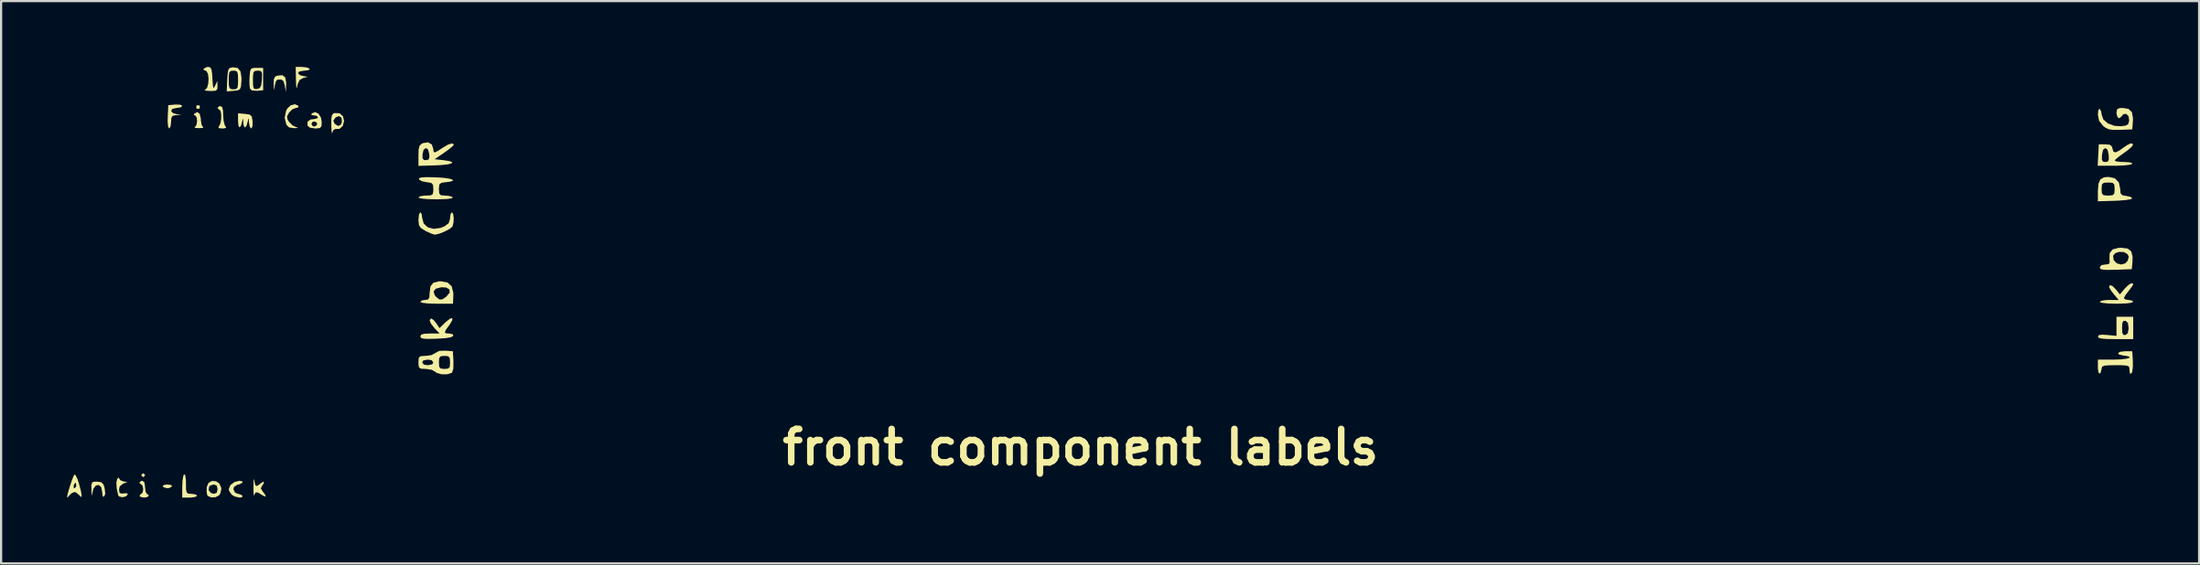
<source format=kicad_pcb>
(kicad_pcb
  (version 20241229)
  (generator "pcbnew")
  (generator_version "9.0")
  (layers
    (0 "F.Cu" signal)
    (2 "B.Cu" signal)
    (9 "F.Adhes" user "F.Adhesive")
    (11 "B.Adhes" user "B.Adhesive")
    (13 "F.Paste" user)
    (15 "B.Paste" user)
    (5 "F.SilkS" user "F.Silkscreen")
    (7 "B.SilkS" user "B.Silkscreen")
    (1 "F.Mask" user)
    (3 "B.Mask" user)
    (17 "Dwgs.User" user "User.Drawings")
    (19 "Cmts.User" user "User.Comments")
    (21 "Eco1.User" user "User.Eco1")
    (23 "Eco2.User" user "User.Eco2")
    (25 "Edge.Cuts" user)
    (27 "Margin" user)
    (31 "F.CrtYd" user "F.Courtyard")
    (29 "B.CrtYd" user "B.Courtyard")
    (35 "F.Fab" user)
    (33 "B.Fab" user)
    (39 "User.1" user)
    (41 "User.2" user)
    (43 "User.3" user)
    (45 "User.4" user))
  (footprint "front component labels"
    (layer "F.Cu")
    (at 46.141 17.33)
    (property "Reference" "front component labels" (at 0 0 0) (layer "F.SilkS") (effects (font (size 1.524 1.524) (thickness 0.3))))
    (attr board_only exclude_from_pos_files exclude_from_bom)
    (fp_poly (pts (xy -42.59 1.254) (xy -42.587 1.274) (xy -42.652 1.357) (xy -42.672 1.359) (xy -42.754 1.295) (xy -42.757 1.274) (xy -42.692 1.192) (xy -42.672 1.189)) (stroke (width 0) (type solid)) (fill yes) (layer "F.SilkS"))
    (fp_poly (pts (xy -40.113 -15.575) (xy -40.094 -15.553) (xy -40.103 -15.442) (xy -40.125 -15.423) (xy -40.235 -15.431) (xy -40.255 -15.454) (xy -40.246 -15.565) (xy -40.224 -15.584)) (stroke (width 0) (type solid)) (fill yes) (layer "F.SilkS"))
    (fp_poly (pts (xy -41.399 1.722) (xy -41.357 1.78) (xy -41.36 1.784) (xy -41.479 1.856) (xy -41.571 1.869) (xy -41.731 1.829) (xy -41.783 1.784) (xy -41.75 1.724) (xy -41.584 1.699) (xy -41.571 1.699)) (stroke (width 0) (type solid)) (fill yes) (layer "F.SilkS"))
    (fp_poly (pts (xy -40.759 1.276) (xy -40.73 1.469) (xy -40.725 1.652) (xy -40.721 1.92) (xy -40.693 2.061) (xy -40.62 2.115) (xy -40.479 2.124) (xy -40.471 2.124) (xy -40.292 2.148) (xy -40.217 2.208) (xy -40.217 2.209) (xy -40.292 2.262) (xy -40.479 2.291) (xy -40.555 2.294) (xy -40.894 2.294) (xy -40.894 1.789) (xy -40.881 1.511) (xy -40.846 1.306) (xy -40.809 1.232)) (stroke (width 0) (type solid)) (fill yes) (layer "F.SilkS"))
    (fp_poly (pts (xy -38.154 1.556) (xy -38.158 1.618) (xy -38.285 1.686) (xy -38.396 1.713) (xy -38.54 1.811) (xy -38.566 1.911) (xy -38.493 2.066) (xy -38.396 2.11) (xy -38.212 2.167) (xy -38.14 2.236) (xy -38.198 2.285) (xy -38.289 2.294) (xy -38.51 2.244) (xy -38.644 2.16) (xy -38.752 2.004) (xy -38.777 1.911) (xy -38.703 1.727) (xy -38.518 1.585) (xy -38.289 1.529)) (stroke (width 0) (type solid)) (fill yes) (layer "F.SilkS"))
    (fp_poly (pts (xy -36.207 -16.854) (xy -36.163 -16.618) (xy -36.164 -16.535) (xy -36.175 -16.183) (xy -36.227 -16.48) (xy -36.286 -16.685) (xy -36.395 -16.759) (xy -36.571 -16.748) (xy -36.634 -16.664) (xy -36.682 -16.478) (xy -36.684 -16.459) (xy -36.706 -16.306) (xy -36.719 -16.304) (xy -36.729 -16.46) (xy -36.732 -16.534) (xy -36.725 -16.768) (xy -36.669 -16.885) (xy -36.568 -16.932) (xy -36.336 -16.953)) (stroke (width 0) (type solid)) (fill yes) (layer "F.SilkS"))
    (fp_poly (pts (xy -43.774 1.417) (xy -43.701 1.51) (xy -43.582 1.555) (xy -43.392 1.592) (xy -43.582 1.656) (xy -43.74 1.779) (xy -43.773 1.931) (xy -43.748 2.083) (xy -43.639 2.115) (xy -43.558 2.102) (xy -43.4 2.099) (xy -43.374 2.156) (xy -43.472 2.247) (xy -43.634 2.278) (xy -43.773 2.24) (xy -43.808 2.193) (xy -43.878 1.879) (xy -43.893 1.605) (xy -43.853 1.44) (xy -43.788 1.377)) (stroke (width 0) (type solid)) (fill yes) (layer "F.SilkS"))
    (fp_poly (pts (xy -40.097 -15.184) (xy -40.049 -14.97) (xy -40.047 -14.911) (xy -40.019 -14.705) (xy -39.95 -14.587) (xy -39.941 -14.583) (xy -39.943 -14.555) (xy -40.079 -14.541) (xy -40.132 -14.54) (xy -40.297 -14.55) (xy -40.337 -14.575) (xy -40.322 -14.583) (xy -40.248 -14.682) (xy -40.219 -14.853) (xy -40.236 -15.022) (xy -40.299 -15.117) (xy -40.318 -15.121) (xy -40.375 -15.15) (xy -40.326 -15.216) (xy -40.196 -15.274)) (stroke (width 0) (type solid)) (fill yes) (layer "F.SilkS"))
    (fp_poly (pts (xy -44.582 1.594) (xy -44.481 1.699) (xy -44.429 1.859) (xy -44.398 2.119) (xy -44.445 2.237) (xy -44.509 2.251) (xy -44.534 2.113) (xy -44.535 2.061) (xy -44.581 1.825) (xy -44.693 1.719) (xy -44.827 1.743) (xy -44.94 1.897) (xy -44.982 2.067) (xy -45.003 2.195) (xy -45.017 2.168) (xy -45.028 1.981) (xy -45.029 1.951) (xy -45.031 1.715) (xy -44.995 1.603) (xy -44.89 1.57) (xy -44.773 1.569)) (stroke (width 0) (type solid)) (fill yes) (layer "F.SilkS"))
    (fp_poly (pts (xy -39.077 -15.499) (xy -39.038 -15.337) (xy -39.031 -15.138) (xy -39.011 -14.876) (xy -38.961 -14.679) (xy -38.93 -14.628) (xy -38.892 -14.556) (xy -38.993 -14.528) (xy -39.074 -14.526) (xy -39.234 -14.541) (xy -39.247 -14.594) (xy -39.218 -14.628) (xy -39.155 -14.762) (xy -39.122 -14.966) (xy -39.122 -15.178) (xy -39.154 -15.334) (xy -39.201 -15.376) (xy -39.283 -15.441) (xy -39.285 -15.461) (xy -39.217 -15.536) (xy -39.158 -15.546)) (stroke (width 0) (type solid)) (fill yes) (layer "F.SilkS"))
    (fp_poly (pts (xy -35.614 -15.562) (xy -35.602 -15.546) (xy -35.628 -15.479) (xy -35.722 -15.461) (xy -35.891 -15.394) (xy -36.033 -15.248) (xy -36.123 -15.081) (xy -36.108 -14.95) (xy -36.037 -14.83) (xy -35.873 -14.664) (xy -35.71 -14.587) (xy -35.618 -14.56) (xy -35.685 -14.544) (xy -35.79 -14.538) (xy -36.031 -14.574) (xy -36.15 -14.691) (xy -36.233 -15.014) (xy -36.165 -15.339) (xy -36.106 -15.442) (xy -35.942 -15.585) (xy -35.757 -15.629)) (stroke (width 0) (type solid)) (fill yes) (layer "F.SilkS"))
    (fp_poly (pts (xy -35.227 -17.307) (xy -35.1 -17.252) (xy -35.094 -17.245) (xy -35.131 -17.187) (xy -35.304 -17.161) (xy -35.35 -17.16) (xy -35.562 -17.125) (xy -35.627 -17.046) (xy -35.542 -16.959) (xy -35.384 -16.913) (xy -35.179 -16.879) (xy -35.391 -16.825) (xy -35.556 -16.732) (xy -35.644 -16.532) (xy -35.655 -16.477) (xy -35.683 -16.361) (xy -35.701 -16.391) (xy -35.714 -16.577) (xy -35.718 -16.756) (xy -35.729 -17.33) (xy -35.438 -17.33)) (stroke (width 0) (type solid)) (fill yes) (layer "F.SilkS"))
    (fp_poly (pts (xy -42.62 1.594) (xy -42.588 1.799) (xy -42.587 1.826) (xy -42.566 2.023) (xy -42.514 2.121) (xy -42.503 2.124) (xy -42.42 2.188) (xy -42.418 2.209) (xy -42.49 2.273) (xy -42.63 2.294) (xy -42.789 2.265) (xy -42.841 2.209) (xy -42.777 2.126) (xy -42.757 2.124) (xy -42.693 2.051) (xy -42.672 1.911) (xy -42.701 1.752) (xy -42.757 1.699) (xy -42.839 1.634) (xy -42.841 1.614) (xy -42.773 1.539) (xy -42.714 1.529)) (stroke (width 0) (type solid)) (fill yes) (layer "F.SilkS"))
    (fp_poly (pts (xy -40.999 -15.611) (xy -40.897 -15.564) (xy -40.894 -15.551) (xy -40.968 -15.488) (xy -41.145 -15.461) (xy -41.148 -15.461) (xy -41.345 -15.419) (xy -41.402 -15.324) (xy -41.316 -15.226) (xy -41.169 -15.182) (xy -40.936 -15.147) (xy -41.169 -15.134) (xy -41.327 -15.105) (xy -41.391 -15.006) (xy -41.402 -14.824) (xy -41.424 -14.627) (xy -41.479 -14.529) (xy -41.491 -14.526) (xy -41.539 -14.607) (xy -41.559 -14.832) (xy -41.554 -15.057) (xy -41.529 -15.588) (xy -41.212 -15.615)) (stroke (width 0) (type solid)) (fill yes) (layer "F.SilkS"))
    (fp_poly (pts (xy -39.356 1.552) (xy -39.199 1.661) (xy -39.119 1.857) (xy -39.116 1.905) (xy -39.16 2.102) (xy -39.218 2.192) (xy -39.384 2.277) (xy -39.581 2.284) (xy -39.732 2.217) (xy -39.76 2.173) (xy -39.785 2.003) (xy -39.783 1.954) (xy -39.692 1.954) (xy -39.59 2.086) (xy -39.457 2.124) (xy -39.323 2.075) (xy -39.285 1.911) (xy -39.326 1.744) (xy -39.45 1.699) (xy -39.613 1.74) (xy -39.669 1.788) (xy -39.692 1.954) (xy -39.783 1.954) (xy -39.778 1.812) (xy -39.696 1.621) (xy -39.538 1.537)) (stroke (width 0) (type solid)) (fill yes) (layer "F.SilkS"))
    (fp_poly (pts (xy -38.036 -15.19) (xy -37.827 -15.159) (xy -37.732 -15.077) (xy -37.696 -14.888) (xy -37.693 -14.845) (xy -37.696 -14.632) (xy -37.743 -14.53) (xy -37.756 -14.526) (xy -37.82 -14.601) (xy -37.856 -14.782) (xy -37.858 -14.803) (xy -37.868 -14.968) (xy -37.885 -14.972) (xy -37.907 -14.866) (xy -37.969 -14.649) (xy -38.038 -14.57) (xy -38.093 -14.64) (xy -38.112 -14.786) (xy -38.123 -14.954) (xy -38.14 -14.962) (xy -38.161 -14.866) (xy -38.224 -14.641) (xy -38.29 -14.574) (xy -38.339 -14.666) (xy -38.354 -14.854) (xy -38.354 -15.216)) (stroke (width 0) (type solid)) (fill yes) (layer "F.SilkS"))
    (fp_poly (pts (xy -37.618 1.491) (xy -37.615 1.508) (xy -37.575 1.717) (xy -37.503 1.77) (xy -37.369 1.684) (xy -37.324 1.643) (xy -37.203 1.571) (xy -37.17 1.615) (xy -37.241 1.736) (xy -37.268 1.765) (xy -37.317 1.876) (xy -37.23 2.018) (xy -37.226 2.022) (xy -37.105 2.183) (xy -37.103 2.251) (xy -37.216 2.208) (xy -37.272 2.171) (xy -37.459 2.059) (xy -37.562 2.065) (xy -37.618 2.187) (xy -37.637 2.188) (xy -37.65 2.048) (xy -37.653 1.799) (xy -37.653 1.784) (xy -37.647 1.551) (xy -37.634 1.447)) (stroke (width 0) (type solid)) (fill yes) (layer "F.SilkS"))
    (fp_poly (pts (xy -39.618 -17.307) (xy -39.564 -17.212) (xy -39.534 -17.009) (xy -39.521 -16.799) (xy -39.503 -16.519) (xy -39.482 -16.387) (xy -39.448 -16.383) (xy -39.395 -16.48) (xy -39.296 -16.693) (xy -39.291 -16.459) (xy -39.3 -16.313) (xy -39.37 -16.247) (xy -39.544 -16.233) (xy -39.645 -16.235) (xy -39.829 -16.249) (xy -39.885 -16.271) (xy -39.857 -16.284) (xy -39.764 -16.38) (xy -39.71 -16.572) (xy -39.696 -16.802) (xy -39.723 -17.011) (xy -39.792 -17.142) (xy -39.841 -17.16) (xy -39.928 -17.201) (xy -39.92 -17.245) (xy -39.801 -17.317) (xy -39.708 -17.33)) (stroke (width 0) (type solid)) (fill yes) (layer "F.SilkS"))
    (fp_poly (pts (xy 47.921 -4.927) (xy 47.117 -4.927) (xy 46.724 -4.933) (xy 46.476 -4.952) (xy 46.347 -4.989) (xy 46.313 -5.042) (xy 46.358 -5.11) (xy 46.513 -5.13) (xy 46.736 -5.116) (xy 47.159 -5.075) (xy 47.159 -5.437) (xy 47.413 -5.437) (xy 47.426 -5.212) (xy 47.475 -5.118) (xy 47.562 -5.113) (xy 47.671 -5.192) (xy 47.709 -5.395) (xy 47.71 -5.437) (xy 47.68 -5.66) (xy 47.583 -5.755) (xy 47.562 -5.76) (xy 47.466 -5.749) (xy 47.423 -5.641) (xy 47.413 -5.437) (xy 47.159 -5.437) (xy 47.159 -5.946) (xy 47.921 -5.946)) (stroke (width 0) (type solid)) (fill yes) (layer "F.SilkS"))
    (fp_poly (pts (xy -33.73 -15.219) (xy -33.574 -15.074) (xy -33.528 -14.865) (xy -33.587 -14.644) (xy -33.734 -14.508) (xy -33.923 -14.5) (xy -33.924 -14.5) (xy -34.013 -14.458) (xy -34.06 -14.34) (xy -34.081 -14.313) (xy -34.098 -14.43) (xy -34.109 -14.665) (xy -34.108 -14.886) (xy -34.015 -14.886) (xy -33.973 -14.766) (xy -33.953 -14.74) (xy -33.801 -14.639) (xy -33.675 -14.696) (xy -33.626 -14.819) (xy -33.641 -15.007) (xy -33.747 -15.09) (xy -33.897 -15.04) (xy -33.923 -15.016) (xy -34.015 -14.886) (xy -34.108 -14.886) (xy -34.108 -14.96) (xy -34.081 -15.127) (xy -34.018 -15.206) (xy -33.963 -15.227)) (stroke (width 0) (type solid)) (fill yes) (layer "F.SilkS"))
    (fp_poly (pts (xy -45.748 1.278) (xy -45.669 1.44) (xy -45.601 1.64) (xy -45.505 2.004) (xy -45.472 2.213) (xy -45.501 2.269) (xy -45.584 2.187) (xy -45.72 2.067) (xy -45.805 2.039) (xy -45.939 2.1) (xy -46.025 2.187) (xy -46.114 2.285) (xy -46.141 2.288) (xy -46.118 2.159) (xy -46.056 1.934) (xy -46.03 1.851) (xy -45.837 1.851) (xy -45.802 1.869) (xy -45.729 1.8) (xy -45.72 1.741) (xy -45.738 1.628) (xy -45.753 1.614) (xy -45.808 1.68) (xy -45.835 1.741) (xy -45.837 1.851) (xy -46.03 1.851) (xy -45.974 1.672) (xy -45.89 1.432) (xy -45.823 1.273) (xy -45.805 1.245)) (stroke (width 0) (type solid)) (fill yes) (layer "F.SilkS"))
    (fp_poly (pts (xy -34.695 -15.2) (xy -34.582 -15.028) (xy -34.544 -14.821) (xy -34.557 -14.624) (xy -34.631 -14.543) (xy -34.817 -14.526) (xy -34.843 -14.526) (xy -35.077 -14.561) (xy -35.189 -14.65) (xy -35.191 -14.725) (xy -35.014 -14.725) (xy -34.95 -14.63) (xy -34.883 -14.611) (xy -34.772 -14.673) (xy -34.759 -14.69) (xy -34.765 -14.791) (xy -34.867 -14.845) (xy -34.969 -14.823) (xy -35.014 -14.725) (xy -35.191 -14.725) (xy -35.194 -14.831) (xy -35.057 -14.934) (xy -34.92 -14.951) (xy -34.763 -14.981) (xy -34.713 -15.036) (xy -34.785 -15.103) (xy -34.9 -15.121) (xy -35.022 -15.143) (xy -34.993 -15.214) (xy -34.845 -15.273)) (stroke (width 0) (type solid)) (fill yes) (layer "F.SilkS"))
    (fp_poly (pts (xy -37.211 -16.268) (xy -37.487 -16.241) (xy -37.72 -16.258) (xy -37.809 -16.337) (xy -37.832 -16.491) (xy -37.836 -16.729) (xy -37.677 -16.729) (xy -37.67 -16.476) (xy -37.638 -16.353) (xy -37.562 -16.319) (xy -37.486 -16.326) (xy -37.367 -16.368) (xy -37.304 -16.48) (xy -37.273 -16.708) (xy -37.27 -16.756) (xy -37.261 -17) (xy -37.289 -17.118) (xy -37.375 -17.157) (xy -37.46 -17.16) (xy -37.588 -17.147) (xy -37.652 -17.079) (xy -37.674 -16.914) (xy -37.677 -16.729) (xy -37.836 -16.729) (xy -37.836 -16.74) (xy -37.83 -16.873) (xy -37.809 -17.12) (xy -37.763 -17.242) (xy -37.658 -17.283) (xy -37.507 -17.287) (xy -37.211 -17.287)) (stroke (width 0) (type solid)) (fill yes) (layer "F.SilkS"))
    (fp_poly (pts (xy -28.598 -5.797) (xy -28.715 -5.596) (xy -28.745 -5.556) (xy -28.897 -5.345) (xy -28.941 -5.233) (xy -28.875 -5.189) (xy -28.737 -5.182) (xy -28.577 -5.148) (xy -28.554 -5.076) (xy -28.658 -5.013) (xy -28.924 -4.969) (xy -29.323 -4.945) (xy -29.683 -4.937) (xy -29.905 -4.947) (xy -30.019 -4.979) (xy -30.056 -5.036) (xy -30.057 -5.051) (xy -30.016 -5.132) (xy -29.871 -5.172) (xy -29.617 -5.182) (xy -29.178 -5.182) (xy -29.406 -5.42) (xy -29.571 -5.628) (xy -29.632 -5.783) (xy -29.58 -5.859) (xy -29.551 -5.862) (xy -29.45 -5.797) (xy -29.326 -5.645) (xy -29.185 -5.428) (xy -28.917 -5.689) (xy -28.714 -5.855) (xy -28.603 -5.887)) (stroke (width 0) (type solid)) (fill yes) (layer "F.SilkS"))
    (fp_poly (pts (xy -28.562 -10.631) (xy -28.537 -10.458) (xy -28.544 -10.252) (xy -28.585 -10.079) (xy -28.6 -10.049) (xy -28.722 -9.949) (xy -28.937 -9.835) (xy -29.176 -9.738) (xy -29.369 -9.689) (xy -29.398 -9.688) (xy -29.537 -9.728) (xy -29.751 -9.823) (xy -29.824 -9.86) (xy -30.028 -9.987) (xy -30.119 -10.121) (xy -30.141 -10.335) (xy -30.141 -10.366) (xy -30.122 -10.578) (xy -30.075 -10.695) (xy -30.057 -10.704) (xy -29.997 -10.63) (xy -29.972 -10.454) (xy -29.902 -10.193) (xy -29.715 -10.021) (xy -29.444 -9.951) (xy -29.125 -9.996) (xy -28.952 -10.069) (xy -28.765 -10.21) (xy -28.703 -10.405) (xy -28.702 -10.451) (xy -28.677 -10.629) (xy -28.618 -10.704) (xy -28.617 -10.704)) (stroke (width 0) (type solid)) (fill yes) (layer "F.SilkS"))
    (fp_poly (pts (xy -38.375 -17.284) (xy -38.242 -17.127) (xy -38.196 -16.832) (xy -38.201 -16.678) (xy -38.223 -16.432) (xy -38.272 -16.308) (xy -38.387 -16.259) (xy -38.549 -16.241) (xy -38.87 -16.215) (xy -38.846 -16.735) (xy -38.777 -16.735) (xy -38.77 -16.483) (xy -38.735 -16.357) (xy -38.651 -16.314) (xy -38.566 -16.31) (xy -38.44 -16.324) (xy -38.377 -16.394) (xy -38.356 -16.565) (xy -38.354 -16.735) (xy -38.361 -16.987) (xy -38.396 -17.113) (xy -38.481 -17.156) (xy -38.566 -17.16) (xy -38.691 -17.146) (xy -38.754 -17.076) (xy -38.775 -16.906) (xy -38.777 -16.735) (xy -38.846 -16.735) (xy -38.845 -16.751) (xy -38.826 -17.044) (xy -38.793 -17.207) (xy -38.729 -17.283) (xy -38.614 -17.311) (xy -38.601 -17.313)) (stroke (width 0) (type solid)) (fill yes) (layer "F.SilkS"))
    (fp_poly (pts (xy -28.816 -7.506) (xy -28.63 -7.335) (xy -28.555 -7.04) (xy -28.554 -6.9) (xy -28.569 -6.541) (xy -29.313 -6.541) (xy -29.672 -6.55) (xy -29.927 -6.575) (xy -30.05 -6.613) (xy -30.057 -6.626) (xy -29.984 -6.69) (xy -29.845 -6.711) (xy -29.706 -6.731) (xy -29.646 -6.823) (xy -29.633 -7.034) (xy -29.625 -7.098) (xy -29.452 -7.098) (xy -29.4 -6.925) (xy -29.335 -6.849) (xy -29.19 -6.734) (xy -29.058 -6.737) (xy -28.875 -6.861) (xy -28.867 -6.868) (xy -28.721 -7.045) (xy -28.73 -7.19) (xy -28.881 -7.278) (xy -29.103 -7.29) (xy -29.35 -7.225) (xy -29.452 -7.098) (xy -29.625 -7.098) (xy -29.596 -7.329) (xy -29.466 -7.495) (xy -29.217 -7.558) (xy -29.122 -7.561)) (stroke (width 0) (type solid)) (fill yes) (layer "F.SilkS"))
    (fp_poly (pts (xy 47.665 -9.053) (xy 47.83 -8.927) (xy 47.893 -8.686) (xy 47.886 -8.443) (xy 47.857 -8.113) (xy 47.127 -8.088) (xy 46.768 -8.081) (xy 46.547 -8.091) (xy 46.434 -8.122) (xy 46.398 -8.181) (xy 46.397 -8.194) (xy 46.472 -8.299) (xy 46.637 -8.325) (xy 46.802 -8.343) (xy 46.852 -8.432) (xy 46.839 -8.581) (xy 46.844 -8.725) (xy 47.005 -8.725) (xy 47.034 -8.521) (xy 47.171 -8.382) (xy 47.362 -8.327) (xy 47.553 -8.375) (xy 47.67 -8.5) (xy 47.719 -8.681) (xy 47.659 -8.802) (xy 47.502 -8.892) (xy 47.294 -8.904) (xy 47.105 -8.846) (xy 47.005 -8.728) (xy 47.005 -8.725) (xy 46.844 -8.725) (xy 46.85 -8.849) (xy 46.984 -9.014) (xy 47.254 -9.085) (xy 47.378 -9.09)) (stroke (width 0) (type solid)) (fill yes) (layer "F.SilkS"))
    (fp_poly (pts (xy 47.905 -3.917) (xy 47.904 -3.644) (xy 47.874 -3.438) (xy 47.842 -3.369) (xy 47.775 -3.352) (xy 47.752 -3.49) (xy 47.752 -3.508) (xy 47.746 -3.625) (xy 47.704 -3.693) (xy 47.589 -3.726) (xy 47.368 -3.737) (xy 47.117 -3.738) (xy 46.792 -3.734) (xy 46.601 -3.715) (xy 46.51 -3.673) (xy 46.483 -3.598) (xy 46.482 -3.573) (xy 46.443 -3.41) (xy 46.397 -3.356) (xy 46.342 -3.394) (xy 46.314 -3.573) (xy 46.313 -3.648) (xy 46.313 -3.993) (xy 47.032 -3.993) (xy 47.366 -4.004) (xy 47.609 -4.034) (xy 47.745 -4.074) (xy 47.756 -4.118) (xy 47.626 -4.159) (xy 47.477 -4.178) (xy 47.277 -4.224) (xy 47.23 -4.289) (xy 47.323 -4.348) (xy 47.547 -4.375) (xy 47.562 -4.375) (xy 47.879 -4.375)) (stroke (width 0) (type solid)) (fill yes) (layer "F.SilkS"))
    (fp_poly (pts (xy 47.916 -7.454) (xy 47.921 -7.424) (xy 47.872 -7.332) (xy 47.749 -7.168) (xy 47.71 -7.12) (xy 47.573 -6.939) (xy 47.501 -6.807) (xy 47.498 -6.789) (xy 47.57 -6.73) (xy 47.71 -6.711) (xy 47.869 -6.682) (xy 47.921 -6.626) (xy 47.841 -6.585) (xy 47.62 -6.556) (xy 47.285 -6.542) (xy 47.159 -6.541) (xy 46.794 -6.55) (xy 46.534 -6.575) (xy 46.406 -6.612) (xy 46.397 -6.626) (xy 46.474 -6.674) (xy 46.669 -6.705) (xy 46.828 -6.711) (xy 47.259 -6.711) (xy 47.04 -6.972) (xy 46.901 -7.156) (xy 46.825 -7.291) (xy 46.821 -7.312) (xy 46.866 -7.389) (xy 46.982 -7.343) (xy 47.139 -7.185) (xy 47.145 -7.177) (xy 47.312 -6.964) (xy 47.527 -7.22) (xy 47.699 -7.392) (xy 47.84 -7.476)) (stroke (width 0) (type solid)) (fill yes) (layer "F.SilkS"))
    (fp_poly (pts (xy 47.71 -15.417) (xy 47.86 -15.27) (xy 47.91 -15.002) (xy 47.905 -14.851) (xy 47.879 -14.484) (xy 47.329 -14.463) (xy 47.012 -14.46) (xy 46.805 -14.489) (xy 46.651 -14.565) (xy 46.545 -14.65) (xy 46.365 -14.878) (xy 46.313 -15.16) (xy 46.313 -15.164) (xy 46.332 -15.36) (xy 46.385 -15.423) (xy 46.397 -15.418) (xy 46.464 -15.301) (xy 46.482 -15.164) (xy 46.559 -14.939) (xy 46.764 -14.759) (xy 47.055 -14.648) (xy 47.349 -14.628) (xy 47.579 -14.657) (xy 47.69 -14.722) (xy 47.733 -14.856) (xy 47.737 -14.888) (xy 47.71 -15.081) (xy 47.609 -15.188) (xy 47.481 -15.181) (xy 47.398 -15.09) (xy 47.294 -14.992) (xy 47.205 -15.041) (xy 47.16 -15.217) (xy 47.159 -15.254) (xy 47.184 -15.396) (xy 47.289 -15.453) (xy 47.445 -15.461)) (stroke (width 0) (type solid)) (fill yes) (layer "F.SilkS"))
    (fp_poly (pts (xy 47.086 -12.254) (xy 47.268 -12.066) (xy 47.329 -11.765) (xy 47.346 -11.568) (xy 47.432 -11.482) (xy 47.604 -11.452) (xy 47.791 -11.411) (xy 47.878 -11.347) (xy 47.879 -11.341) (xy 47.8 -11.3) (xy 47.583 -11.264) (xy 47.262 -11.238) (xy 47.096 -11.231) (xy 46.313 -11.207) (xy 46.313 -11.66) (xy 46.32 -11.766) (xy 46.482 -11.766) (xy 46.495 -11.566) (xy 46.569 -11.485) (xy 46.756 -11.468) (xy 46.778 -11.468) (xy 46.977 -11.481) (xy 47.058 -11.556) (xy 47.075 -11.743) (xy 47.075 -11.766) (xy 47.062 -11.965) (xy 46.988 -12.047) (xy 46.801 -12.063) (xy 46.778 -12.063) (xy 46.58 -12.05) (xy 46.498 -11.976) (xy 46.482 -11.788) (xy 46.482 -11.766) (xy 46.32 -11.766) (xy 46.337 -12) (xy 46.422 -12.203) (xy 46.59 -12.299) (xy 46.789 -12.318)) (stroke (width 0) (type solid)) (fill yes) (layer "F.SilkS"))
    (fp_poly (pts (xy -29.531 -13.795) (xy -29.464 -13.584) (xy -29.464 -13.582) (xy -29.452 -13.465) (xy -29.396 -13.436) (xy -29.263 -13.5) (xy -29.059 -13.634) (xy -28.799 -13.788) (xy -28.616 -13.846) (xy -28.535 -13.802) (xy -28.533 -13.783) (xy -28.598 -13.706) (xy -28.766 -13.568) (xy -28.969 -13.422) (xy -29.405 -13.125) (xy -29.009 -13.082) (xy -28.726 -13.038) (xy -28.602 -12.987) (xy -28.63 -12.937) (xy -28.801 -12.891) (xy -29.106 -12.858) (xy -29.358 -12.845) (xy -30.141 -12.821) (xy -30.141 -13.167) (xy -29.957 -13.167) (xy -29.891 -13.092) (xy -29.803 -13.082) (xy -29.68 -13.109) (xy -29.642 -13.221) (xy -29.649 -13.358) (xy -29.706 -13.57) (xy -29.803 -13.634) (xy -29.907 -13.555) (xy -29.956 -13.358) (xy -29.957 -13.167) (xy -30.141 -13.167) (xy -30.141 -13.293) (xy -30.133 -13.571) (xy -30.094 -13.731) (xy -30.008 -13.822) (xy -29.932 -13.861) (xy -29.702 -13.896)) (stroke (width 0) (type solid)) (fill yes) (layer "F.SilkS"))
    (fp_poly (pts (xy -29.366 -12.3) (xy -29.002 -12.277) (xy -28.738 -12.24) (xy -28.589 -12.194) (xy -28.569 -12.147) (xy -28.692 -12.104) (xy -28.892 -12.079) (xy -29.101 -12.049) (xy -29.19 -11.974) (xy -29.21 -11.802) (xy -29.21 -11.76) (xy -29.196 -11.563) (xy -29.12 -11.483) (xy -28.928 -11.468) (xy -28.919 -11.468) (xy -28.708 -11.446) (xy -28.581 -11.391) (xy -28.575 -11.383) (xy -28.627 -11.341) (xy -28.838 -11.312) (xy -29.198 -11.299) (xy -29.332 -11.298) (xy -29.713 -11.307) (xy -29.987 -11.33) (xy -30.128 -11.366) (xy -30.141 -11.383) (xy -30.066 -11.436) (xy -29.879 -11.466) (xy -29.803 -11.468) (xy -29.586 -11.477) (xy -29.489 -11.533) (xy -29.465 -11.677) (xy -29.464 -11.76) (xy -29.478 -11.955) (xy -29.554 -12.043) (xy -29.742 -12.076) (xy -29.775 -12.079) (xy -29.988 -12.123) (xy -30.113 -12.199) (xy -30.122 -12.215) (xy -30.102 -12.267) (xy -29.985 -12.296) (xy -29.747 -12.307)) (stroke (width 0) (type solid)) (fill yes) (layer "F.SilkS"))
    (fp_poly (pts (xy 47.919 -13.81) (xy 47.866 -13.703) (xy 47.669 -13.532) (xy 47.5 -13.411) (xy 47.276 -13.249) (xy 47.123 -13.12) (xy 47.077 -13.061) (xy 47.152 -13.025) (xy 47.346 -13.002) (xy 47.503 -12.997) (xy 47.758 -12.983) (xy 47.877 -12.942) (xy 47.879 -12.912) (xy 47.776 -12.875) (xy 47.546 -12.846) (xy 47.228 -12.829) (xy 47.065 -12.827) (xy 46.304 -12.827) (xy 46.319 -13.106) (xy 46.494 -13.106) (xy 46.543 -13.015) (xy 46.651 -12.997) (xy 46.768 -13.02) (xy 46.811 -13.121) (xy 46.805 -13.316) (xy 46.754 -13.554) (xy 46.654 -13.634) (xy 46.651 -13.634) (xy 46.55 -13.557) (xy 46.499 -13.323) (xy 46.498 -13.316) (xy 46.494 -13.106) (xy 46.319 -13.106) (xy 46.33 -13.316) (xy 46.355 -13.804) (xy 46.651 -13.804) (xy 46.859 -13.784) (xy 46.953 -13.701) (xy 46.975 -13.613) (xy 47.023 -13.466) (xy 47.125 -13.438) (xy 47.306 -13.531) (xy 47.448 -13.634) (xy 47.646 -13.769) (xy 47.797 -13.842) (xy 47.823 -13.847)) (stroke (width 0) (type solid)) (fill yes) (layer "F.SilkS"))
    (fp_poly (pts (xy -28.575 -4.375) (xy -28.549 -3.916) (xy -28.552 -3.584) (xy -28.61 -3.408) (xy -28.634 -3.386) (xy -28.838 -3.323) (xy -29.09 -3.325) (xy -29.306 -3.385) (xy -29.379 -3.44) (xy -29.536 -3.528) (xy -29.784 -3.567) (xy -29.813 -3.568) (xy -30.026 -3.578) (xy -30.118 -3.637) (xy -30.141 -3.791) (xy -30.141 -3.865) (xy -29.972 -3.865) (xy -29.896 -3.764) (xy -29.718 -3.738) (xy -29.516 -3.776) (xy -29.464 -3.865) (xy -29.21 -3.865) (xy -29.196 -3.665) (xy -29.124 -3.584) (xy -28.956 -3.568) (xy -28.785 -3.584) (xy -28.715 -3.669) (xy -28.702 -3.865) (xy -28.716 -4.065) (xy -28.788 -4.147) (xy -28.956 -4.163) (xy -29.127 -4.146) (xy -29.197 -4.062) (xy -29.21 -3.865) (xy -29.464 -3.865) (xy -29.54 -3.966) (xy -29.718 -3.993) (xy -29.92 -3.955) (xy -29.972 -3.865) (xy -30.141 -3.865) (xy -30.13 -4.058) (xy -30.065 -4.142) (xy -29.895 -4.162) (xy -29.813 -4.163) (xy -29.551 -4.198) (xy -29.38 -4.289) (xy -29.376 -4.294) (xy -29.195 -4.39) (xy -28.921 -4.4)) (stroke (width 0) (type solid)) (fill yes) (layer "F.SilkS")))
  (gr_rect
    (start -3 -3)
    (end 97.062 22.623)
    (stroke (width 0.1) (type default))
    (fill no)
    (layer "Edge.Cuts")))
</source>
